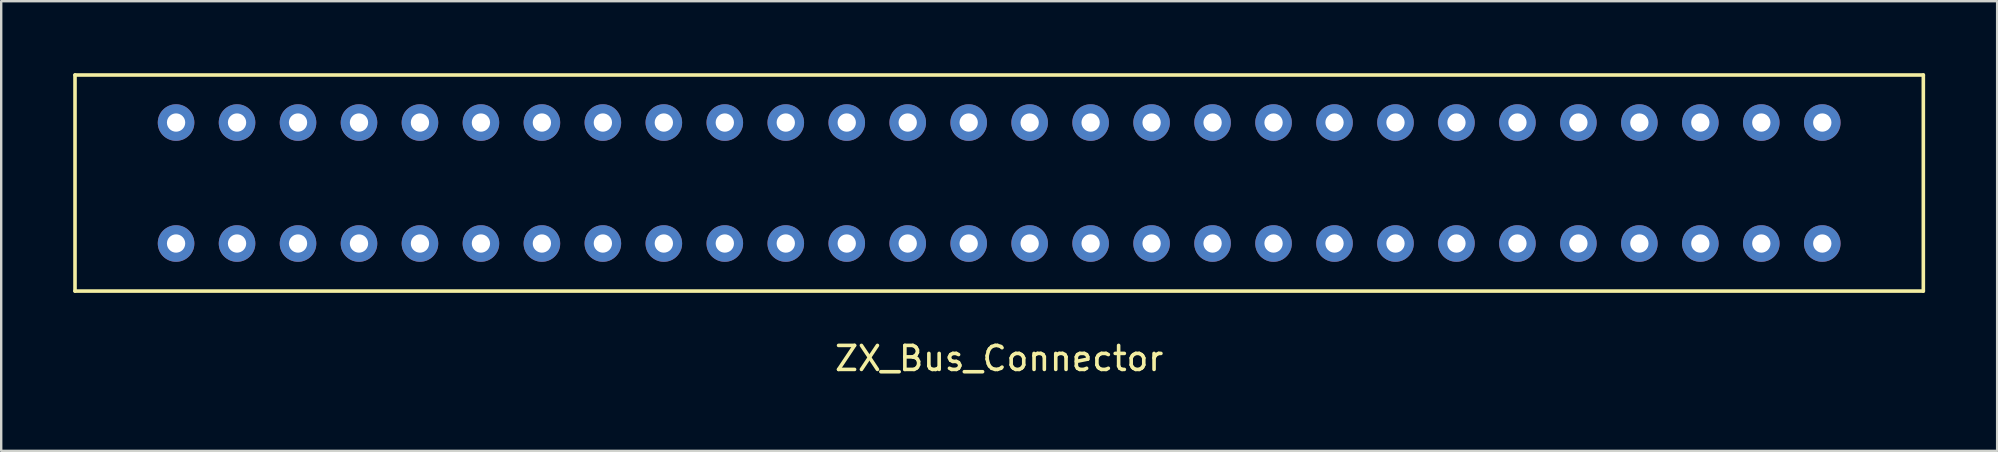
<source format=kicad_pcb>
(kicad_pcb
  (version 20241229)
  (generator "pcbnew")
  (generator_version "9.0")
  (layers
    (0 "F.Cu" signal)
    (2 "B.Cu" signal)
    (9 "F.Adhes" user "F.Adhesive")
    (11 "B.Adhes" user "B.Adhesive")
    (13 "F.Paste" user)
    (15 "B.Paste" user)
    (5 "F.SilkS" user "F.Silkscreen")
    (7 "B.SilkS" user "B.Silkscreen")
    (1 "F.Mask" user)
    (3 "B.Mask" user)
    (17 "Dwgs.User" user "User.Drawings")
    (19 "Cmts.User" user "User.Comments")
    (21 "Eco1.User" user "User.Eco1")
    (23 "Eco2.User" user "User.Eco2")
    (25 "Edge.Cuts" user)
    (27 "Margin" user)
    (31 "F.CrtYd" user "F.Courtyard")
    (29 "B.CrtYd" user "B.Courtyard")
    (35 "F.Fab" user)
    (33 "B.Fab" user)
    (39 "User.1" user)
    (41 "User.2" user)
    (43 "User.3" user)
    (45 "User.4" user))
  (footprint "ZX_Bus_Connector"
    (layer "F.Cu")
    (at 38.575 4.575)
    (property "Reference" "ZX_Bus_Connector" (at 0 7.31 0) (layer "F.SilkS") (effects (font (size 1 1) (thickness 0.15))))
    (attr through_hole)
    (fp_line (start -38.5 -4.5) (end -38.5 4.5) (stroke (width 0.15) (type solid)) (layer "F.SilkS"))
    (fp_line (start -38.5 4.5) (end 38.5 4.5) (stroke (width 0.15) (type solid)) (layer "F.SilkS"))
    (fp_line (start 38.5 -4.5) (end -38.5 -4.5) (stroke (width 0.15) (type solid)) (layer "F.SilkS"))
    (fp_line (start 38.5 4.5) (end 38.5 -4.5) (stroke (width 0.15) (type solid)) (layer "F.SilkS"))
    (pad "" thru_hole circle (at -24.13 -2.52) (size 1.524 1.524) (drill 0.762) (layers "*.Cu" "*.Mask"))
    (pad "" thru_hole circle (at -24.13 2.52) (size 1.524 1.524) (drill 0.762) (layers "*.Cu" "*.Mask"))
    (pad "A1" thru_hole circle (at -34.29 -2.52) (size 1.524 1.524) (drill 0.762) (layers "*.Cu" "*.Mask"))
    (pad "A2" thru_hole circle (at -31.75 -2.52) (size 1.524 1.524) (drill 0.762) (layers "*.Cu" "*.Mask"))
    (pad "A3" thru_hole circle (at -29.21 -2.52) (size 1.524 1.524) (drill 0.762) (layers "*.Cu" "*.Mask"))
    (pad "A4" thru_hole circle (at -26.67 -2.52) (size 1.524 1.524) (drill 0.762) (layers "*.Cu" "*.Mask"))
    (pad "A6" thru_hole circle (at -21.59 -2.52) (size 1.524 1.524) (drill 0.762) (layers "*.Cu" "*.Mask"))
    (pad "A7" thru_hole circle (at -19.05 -2.52) (size 1.524 1.524) (drill 0.762) (layers "*.Cu" "*.Mask"))
    (pad "A8" thru_hole circle (at -16.51 -2.52) (size 1.524 1.524) (drill 0.762) (layers "*.Cu" "*.Mask"))
    (pad "A9" thru_hole circle (at -13.97 -2.52) (size 1.524 1.524) (drill 0.762) (layers "*.Cu" "*.Mask"))
    (pad "A10" thru_hole circle (at -11.43 -2.52) (size 1.524 1.524) (drill 0.762) (layers "*.Cu" "*.Mask"))
    (pad "A11" thru_hole circle (at -8.89 -2.52) (size 1.524 1.524) (drill 0.762) (layers "*.Cu" "*.Mask"))
    (pad "A12" thru_hole circle (at -6.35 -2.52) (size 1.524 1.524) (drill 0.762) (layers "*.Cu" "*.Mask"))
    (pad "A13" thru_hole circle (at -3.81 -2.52) (size 1.524 1.524) (drill 0.762) (layers "*.Cu" "*.Mask"))
    (pad "A14" thru_hole circle (at -1.27 -2.52) (size 1.524 1.524) (drill 0.762) (layers "*.Cu" "*.Mask"))
    (pad "A15" thru_hole circle (at 1.27 -2.52) (size 1.524 1.524) (drill 0.762) (layers "*.Cu" "*.Mask"))
    (pad "A16" thru_hole circle (at 3.81 -2.52) (size 1.524 1.524) (drill 0.762) (layers "*.Cu" "*.Mask"))
    (pad "A17" thru_hole circle (at 6.35 -2.52) (size 1.524 1.524) (drill 0.762) (layers "*.Cu" "*.Mask"))
    (pad "A18" thru_hole circle (at 8.89 -2.52) (size 1.524 1.524) (drill 0.762) (layers "*.Cu" "*.Mask"))
    (pad "A19" thru_hole circle (at 11.43 -2.52) (size 1.524 1.524) (drill 0.762) (layers "*.Cu" "*.Mask"))
    (pad "A20" thru_hole circle (at 13.97 -2.52) (size 1.524 1.524) (drill 0.762) (layers "*.Cu" "*.Mask"))
    (pad "A21" thru_hole circle (at 16.51 -2.52) (size 1.524 1.524) (drill 0.762) (layers "*.Cu" "*.Mask"))
    (pad "A22" thru_hole circle (at 19.05 -2.52) (size 1.524 1.524) (drill 0.762) (layers "*.Cu" "*.Mask"))
    (pad "A23" thru_hole circle (at 21.59 -2.52) (size 1.524 1.524) (drill 0.762) (layers "*.Cu" "*.Mask"))
    (pad "A24" thru_hole circle (at 24.13 -2.52) (size 1.524 1.524) (drill 0.762) (layers "*.Cu" "*.Mask"))
    (pad "A25" thru_hole circle (at 26.67 -2.52) (size 1.524 1.524) (drill 0.762) (layers "*.Cu" "*.Mask"))
    (pad "A26" thru_hole circle (at 29.21 -2.52) (size 1.524 1.524) (drill 0.762) (layers "*.Cu" "*.Mask"))
    (pad "A27" thru_hole circle (at 31.75 -2.52) (size 1.524 1.524) (drill 0.762) (layers "*.Cu" "*.Mask"))
    (pad "A28" thru_hole circle (at 34.29 -2.52) (size 1.524 1.524) (drill 0.762) (layers "*.Cu" "*.Mask"))
    (pad "B1" thru_hole circle (at -34.29 2.52) (size 1.524 1.524) (drill 0.762) (layers "*.Cu" "*.Mask"))
    (pad "B2" thru_hole circle (at -31.75 2.52) (size 1.524 1.524) (drill 0.762) (layers "*.Cu" "*.Mask"))
    (pad "B3" thru_hole circle (at -29.21 2.52) (size 1.524 1.524) (drill 0.762) (layers "*.Cu" "*.Mask"))
    (pad "B4" thru_hole circle (at -26.67 2.52) (size 1.524 1.524) (drill 0.762) (layers "*.Cu" "*.Mask"))
    (pad "B6" thru_hole circle (at -21.59 2.52) (size 1.524 1.524) (drill 0.762) (layers "*.Cu" "*.Mask"))
    (pad "B7" thru_hole circle (at -19.05 2.52) (size 1.524 1.524) (drill 0.762) (layers "*.Cu" "*.Mask"))
    (pad "B8" thru_hole circle (at -16.51 2.52) (size 1.524 1.524) (drill 0.762) (layers "*.Cu" "*.Mask"))
    (pad "B9" thru_hole circle (at -13.97 2.52) (size 1.524 1.524) (drill 0.762) (layers "*.Cu" "*.Mask"))
    (pad "B10" thru_hole circle (at -11.43 2.52) (size 1.524 1.524) (drill 0.762) (layers "*.Cu" "*.Mask"))
    (pad "B11" thru_hole circle (at -8.89 2.52) (size 1.524 1.524) (drill 0.762) (layers "*.Cu" "*.Mask"))
    (pad "B12" thru_hole circle (at -6.35 2.52) (size 1.524 1.524) (drill 0.762) (layers "*.Cu" "*.Mask"))
    (pad "B13" thru_hole circle (at -3.81 2.52) (size 1.524 1.524) (drill 0.762) (layers "*.Cu" "*.Mask"))
    (pad "B14" thru_hole circle (at -1.27 2.52) (size 1.524 1.524) (drill 0.762) (layers "*.Cu" "*.Mask"))
    (pad "B15" thru_hole circle (at 1.27 2.52) (size 1.524 1.524) (drill 0.762) (layers "*.Cu" "*.Mask"))
    (pad "B16" thru_hole circle (at 3.81 2.52) (size 1.524 1.524) (drill 0.762) (layers "*.Cu" "*.Mask"))
    (pad "B17" thru_hole circle (at 6.35 2.52) (size 1.524 1.524) (drill 0.762) (layers "*.Cu" "*.Mask"))
    (pad "B18" thru_hole circle (at 8.89 2.52) (size 1.524 1.524) (drill 0.762) (layers "*.Cu" "*.Mask"))
    (pad "B19" thru_hole circle (at 11.43 2.52) (size 1.524 1.524) (drill 0.762) (layers "*.Cu" "*.Mask"))
    (pad "B20" thru_hole circle (at 13.97 2.52) (size 1.524 1.524) (drill 0.762) (layers "*.Cu" "*.Mask"))
    (pad "B21" thru_hole circle (at 16.51 2.52) (size 1.524 1.524) (drill 0.762) (layers "*.Cu" "*.Mask"))
    (pad "B22" thru_hole circle (at 19.05 2.52) (size 1.524 1.524) (drill 0.762) (layers "*.Cu" "*.Mask"))
    (pad "B23" thru_hole circle (at 21.59 2.52) (size 1.524 1.524) (drill 0.762) (layers "*.Cu" "*.Mask"))
    (pad "B24" thru_hole circle (at 24.13 2.52) (size 1.524 1.524) (drill 0.762) (layers "*.Cu" "*.Mask"))
    (pad "B25" thru_hole circle (at 26.67 2.52) (size 1.524 1.524) (drill 0.762) (layers "*.Cu" "*.Mask"))
    (pad "B26" thru_hole circle (at 29.21 2.52) (size 1.524 1.524) (drill 0.762) (layers "*.Cu" "*.Mask"))
    (pad "B27" thru_hole circle (at 31.75 2.52) (size 1.524 1.524) (drill 0.762) (layers "*.Cu" "*.Mask"))
    (pad "B28" thru_hole circle (at 34.29 2.52) (size 1.524 1.524) (drill 0.762) (layers "*.Cu" "*.Mask")))
  (gr_rect
    (start -3 -3)
    (end 80.15 15.733)
    (stroke (width 0.1) (type default))
    (fill no)
    (layer "Edge.Cuts")))
</source>
